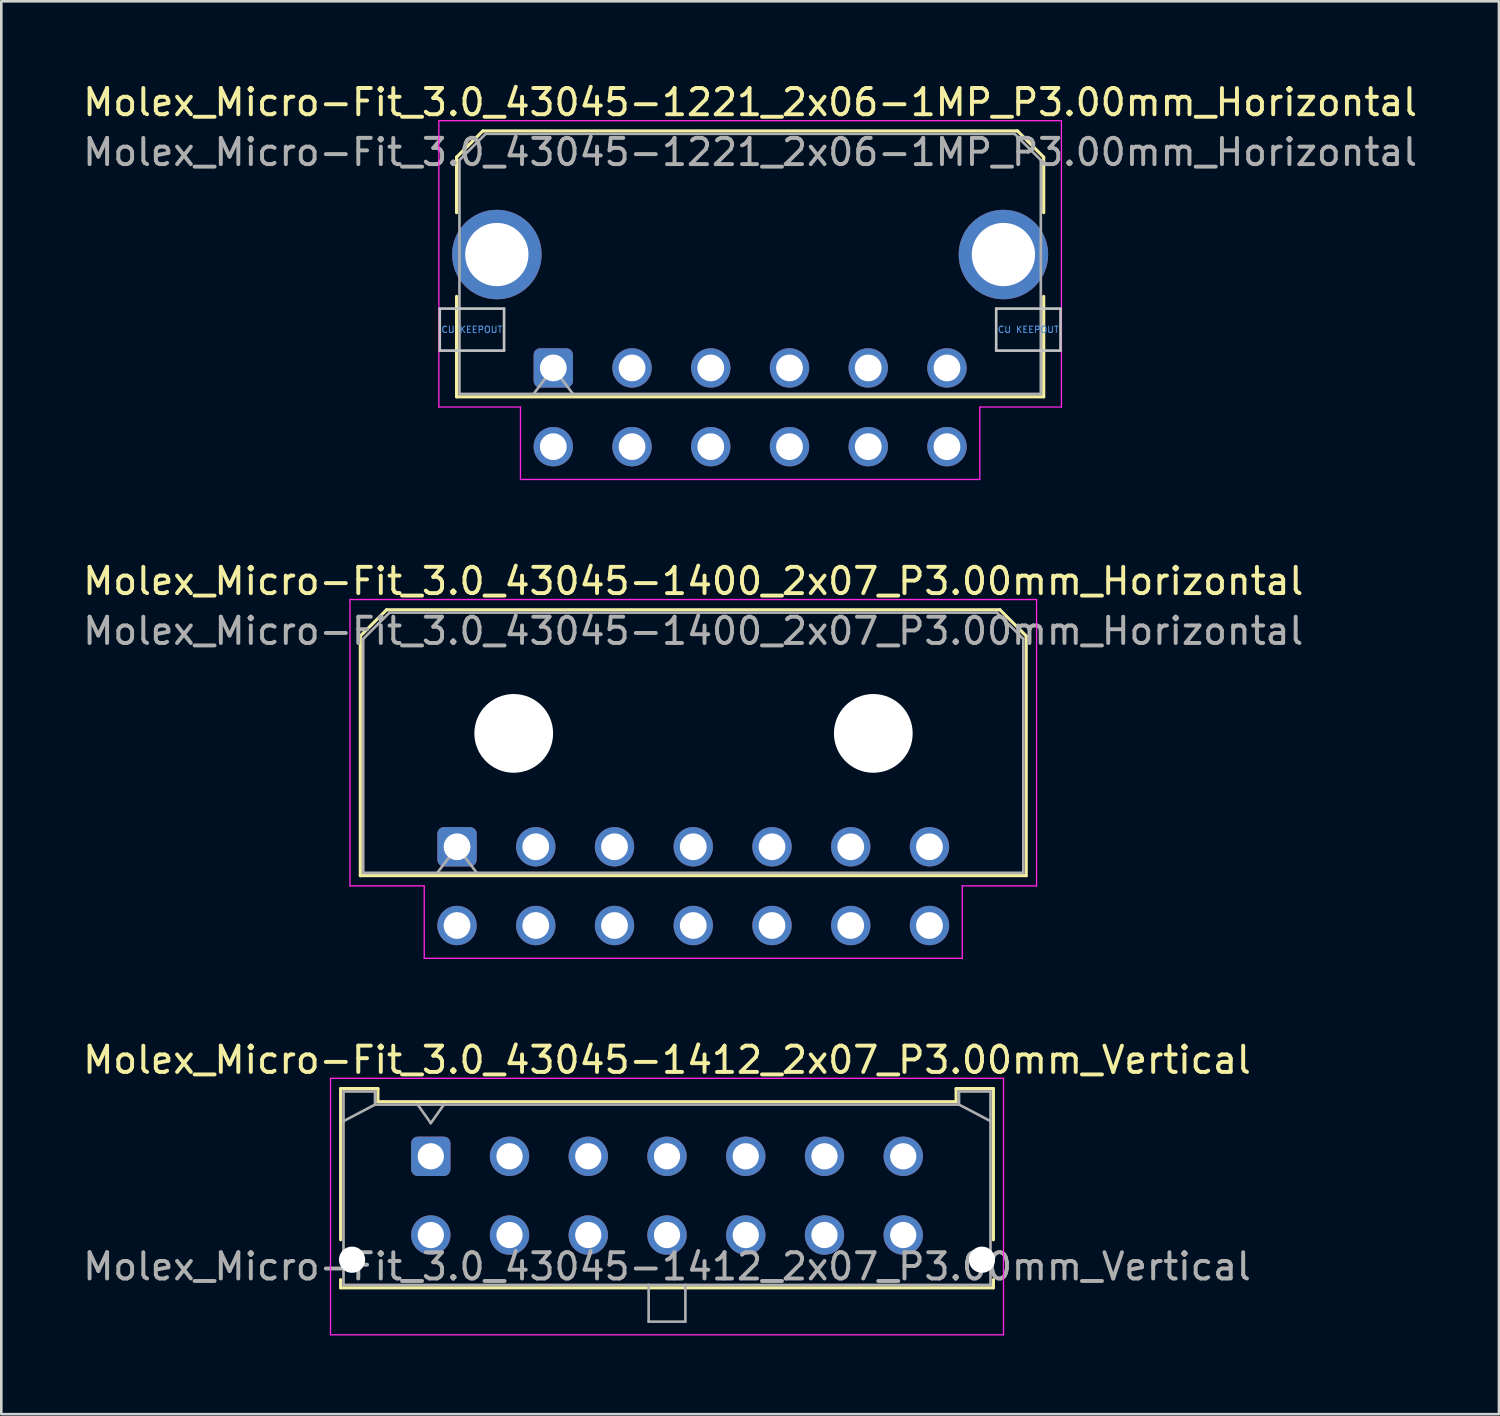
<source format=kicad_pcb>
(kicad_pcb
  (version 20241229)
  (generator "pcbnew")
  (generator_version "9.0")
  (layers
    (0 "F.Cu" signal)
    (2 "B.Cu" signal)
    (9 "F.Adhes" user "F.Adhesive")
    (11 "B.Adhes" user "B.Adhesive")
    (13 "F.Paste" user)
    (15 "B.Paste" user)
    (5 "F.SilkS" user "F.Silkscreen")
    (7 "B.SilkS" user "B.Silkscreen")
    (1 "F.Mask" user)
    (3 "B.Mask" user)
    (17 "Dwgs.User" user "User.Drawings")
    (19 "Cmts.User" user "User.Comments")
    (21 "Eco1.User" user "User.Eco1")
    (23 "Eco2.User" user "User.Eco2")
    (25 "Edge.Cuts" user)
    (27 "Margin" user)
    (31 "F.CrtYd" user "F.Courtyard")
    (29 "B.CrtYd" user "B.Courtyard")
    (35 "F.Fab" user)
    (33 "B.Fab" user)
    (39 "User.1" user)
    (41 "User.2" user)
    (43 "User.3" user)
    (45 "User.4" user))
  (footprint "Molex_Micro-Fit_3.0_43045-1412_2x07_P3.00mm_Vertical"
    (layer "F.Cu")
    (at 13.363 41.005)
    (property "Reference" "Molex_Micro-Fit_3.0_43045-1412_2x07_P3.00mm_Vertical" (at 9 -3.67 0) (layer "F.SilkS") (effects (font (size 1 1) (thickness 0.15))))
    (attr through_hole)
    (fp_line (start -3.435 -2.58) (end -2.015 -2.58) (stroke (width 0.12) (type solid)) (layer "F.SilkS"))
    (fp_line (start -3.435 3.18) (end -3.435 -2.58) (stroke (width 0.12) (type solid)) (layer "F.SilkS"))
    (fp_line (start -3.435 4.7) (end -3.435 5.01) (stroke (width 0.12) (type solid)) (layer "F.SilkS"))
    (fp_line (start -3.435 5.01) (end 21.435 5.01) (stroke (width 0.12) (type solid)) (layer "F.SilkS"))
    (fp_line (start -2.015 -2.58) (end -2.015 -2.08) (stroke (width 0.12) (type solid)) (layer "F.SilkS"))
    (fp_line (start -2.015 -2.08) (end 20.015 -2.08) (stroke (width 0.12) (type solid)) (layer "F.SilkS"))
    (fp_line (start 20.015 -2.58) (end 21.435 -2.58) (stroke (width 0.12) (type solid)) (layer "F.SilkS"))
    (fp_line (start 20.015 -2.08) (end 20.015 -2.58) (stroke (width 0.12) (type solid)) (layer "F.SilkS"))
    (fp_line (start 21.435 -2.58) (end 21.435 3.18) (stroke (width 0.12) (type solid)) (layer "F.SilkS"))
    (fp_line (start 21.435 5.01) (end 21.435 4.7) (stroke (width 0.12) (type solid)) (layer "F.SilkS"))
    (fp_line (start -3.82 -2.97) (end 21.82 -2.97) (stroke (width 0.05) (type solid)) (layer "F.CrtYd"))
    (fp_line (start -3.82 6.8) (end -3.82 -2.97) (stroke (width 0.05) (type solid)) (layer "F.CrtYd"))
    (fp_line (start 21.82 -2.97) (end 21.82 6.8) (stroke (width 0.05) (type solid)) (layer "F.CrtYd"))
    (fp_line (start 21.82 6.8) (end -3.82 6.8) (stroke (width 0.05) (type solid)) (layer "F.CrtYd"))
    (fp_line (start -3.325 -2.47) (end -3.325 4.9) (stroke (width 0.1) (type solid)) (layer "F.Fab"))
    (fp_line (start -3.325 -1.34) (end -2.125 -1.97) (stroke (width 0.1) (type solid)) (layer "F.Fab"))
    (fp_line (start -3.325 4.9) (end 21.325 4.9) (stroke (width 0.1) (type solid)) (layer "F.Fab"))
    (fp_line (start -2.125 -2.47) (end -3.325 -2.47) (stroke (width 0.1) (type solid)) (layer "F.Fab"))
    (fp_line (start -2.125 -1.97) (end -2.125 -2.47) (stroke (width 0.1) (type solid)) (layer "F.Fab"))
    (fp_line (start -0.5 -1.97) (end 0 -1.263) (stroke (width 0.1) (type solid)) (layer "F.Fab"))
    (fp_line (start 0 -1.263) (end 0.5 -1.97) (stroke (width 0.1) (type solid)) (layer "F.Fab"))
    (fp_line (start 8.3 4.9) (end 8.3 6.3) (stroke (width 0.1) (type solid)) (layer "F.Fab"))
    (fp_line (start 8.3 6.3) (end 9.7 6.3) (stroke (width 0.1) (type solid)) (layer "F.Fab"))
    (fp_line (start 9.7 6.3) (end 9.7 4.9) (stroke (width 0.1) (type solid)) (layer "F.Fab"))
    (fp_line (start 20.125 -2.47) (end 20.125 -1.97) (stroke (width 0.1) (type solid)) (layer "F.Fab"))
    (fp_line (start 20.125 -1.97) (end -2.125 -1.97) (stroke (width 0.1) (type solid)) (layer "F.Fab"))
    (fp_line (start 21.325 -2.47) (end 20.125 -2.47) (stroke (width 0.1) (type solid)) (layer "F.Fab"))
    (fp_line (start 21.325 -1.34) (end 20.125 -1.97) (stroke (width 0.1) (type solid)) (layer "F.Fab"))
    (fp_line (start 21.325 4.9) (end 21.325 -2.47) (stroke (width 0.1) (type solid)) (layer "F.Fab"))
    (fp_text user "${REFERENCE}" (at 9 4.2 0) (layer "F.Fab") (effects (font (size 1 1) (thickness 0.15))))
    (pad "" np_thru_hole circle (at -3 3.94) (size 1 1) (drill 1) (layers "*.Cu" "*.Mask"))
    (pad "" np_thru_hole circle (at 21 3.94) (size 1 1) (drill 1) (layers "*.Cu" "*.Mask"))
    (pad "1" thru_hole roundrect (at 0 0) (size 1.5 1.5) (drill 1) (layers "*.Cu" "*.Mask") (roundrect_rratio 0.167))
    (pad "2" thru_hole circle (at 3 0) (size 1.5 1.5) (drill 1) (layers "*.Cu" "*.Mask"))
    (pad "3" thru_hole circle (at 6 0) (size 1.5 1.5) (drill 1) (layers "*.Cu" "*.Mask"))
    (pad "4" thru_hole circle (at 9 0) (size 1.5 1.5) (drill 1) (layers "*.Cu" "*.Mask"))
    (pad "5" thru_hole circle (at 12 0) (size 1.5 1.5) (drill 1) (layers "*.Cu" "*.Mask"))
    (pad "6" thru_hole circle (at 15 0) (size 1.5 1.5) (drill 1) (layers "*.Cu" "*.Mask"))
    (pad "7" thru_hole circle (at 18 0) (size 1.5 1.5) (drill 1) (layers "*.Cu" "*.Mask"))
    (pad "8" thru_hole circle (at 0 3) (size 1.5 1.5) (drill 1) (layers "*.Cu" "*.Mask"))
    (pad "9" thru_hole circle (at 3 3) (size 1.5 1.5) (drill 1) (layers "*.Cu" "*.Mask"))
    (pad "10" thru_hole circle (at 6 3) (size 1.5 1.5) (drill 1) (layers "*.Cu" "*.Mask"))
    (pad "11" thru_hole circle (at 9 3) (size 1.5 1.5) (drill 1) (layers "*.Cu" "*.Mask"))
    (pad "12" thru_hole circle (at 12 3) (size 1.5 1.5) (drill 1) (layers "*.Cu" "*.Mask"))
    (pad "13" thru_hole circle (at 15 3) (size 1.5 1.5) (drill 1) (layers "*.Cu" "*.Mask"))
    (pad "14" thru_hole circle (at 18 3) (size 1.5 1.5) (drill 1) (layers "*.Cu" "*.Mask")))
  (footprint "Molex_Micro-Fit_3.0_43045-1221_2x06-1MP_P3.00mm_Horizontal"
    (layer "F.Cu")
    (at 18.03 10.968)
    (property "Reference" "Molex_Micro-Fit_3.0_43045-1221_2x06-1MP_P3.00mm_Horizontal" (at 7.5 -10.12 0) (layer "F.SilkS") (effects (font (size 1 1) (thickness 0.15))))
    (attr through_hole)
    (fp_line (start -3.685 -8.03) (end -2.685 -9.03) (stroke (width 0.12) (type solid)) (layer "F.SilkS"))
    (fp_line (start -3.685 -5.915) (end -3.685 -8.03) (stroke (width 0.12) (type solid)) (layer "F.SilkS"))
    (fp_line (start -3.685 -2.725) (end -3.685 1.1) (stroke (width 0.12) (type solid)) (layer "F.SilkS"))
    (fp_line (start -3.685 1.1) (end 18.685 1.1) (stroke (width 0.12) (type solid)) (layer "F.SilkS"))
    (fp_line (start -2.685 -9.03) (end 17.685 -9.03) (stroke (width 0.12) (type solid)) (layer "F.SilkS"))
    (fp_line (start 17.685 -9.03) (end 18.685 -8.03) (stroke (width 0.12) (type solid)) (layer "F.SilkS"))
    (fp_line (start 18.685 -8.03) (end 18.685 -5.915) (stroke (width 0.12) (type solid)) (layer "F.SilkS"))
    (fp_line (start 18.685 1.1) (end 18.685 -2.725) (stroke (width 0.12) (type solid)) (layer "F.SilkS"))
    (fp_line (start -4.325 -2.26) (end -4.325 -0.66) (stroke (width 0.1) (type solid)) (layer "Dwgs.User"))
    (fp_line (start -4.325 -0.66) (end -1.875 -0.66) (stroke (width 0.1) (type solid)) (layer "Dwgs.User"))
    (fp_line (start -1.875 -2.26) (end -4.325 -2.26) (stroke (width 0.1) (type solid)) (layer "Dwgs.User"))
    (fp_line (start -1.875 -0.66) (end -1.875 -2.26) (stroke (width 0.1) (type solid)) (layer "Dwgs.User"))
    (fp_line (start 16.875 -2.26) (end 16.875 -0.66) (stroke (width 0.1) (type solid)) (layer "Dwgs.User"))
    (fp_line (start 16.875 -0.66) (end 19.325 -0.66) (stroke (width 0.1) (type solid)) (layer "Dwgs.User"))
    (fp_line (start 19.325 -2.26) (end 16.875 -2.26) (stroke (width 0.1) (type solid)) (layer "Dwgs.User"))
    (fp_line (start 19.325 -0.66) (end 19.325 -2.26) (stroke (width 0.1) (type solid)) (layer "Dwgs.User"))
    (fp_line (start -4.36 -9.42) (end 19.36 -9.42) (stroke (width 0.05) (type solid)) (layer "F.CrtYd"))
    (fp_line (start -4.36 1.49) (end -4.36 -9.42) (stroke (width 0.05) (type solid)) (layer "F.CrtYd"))
    (fp_line (start -1.25 1.49) (end -4.36 1.49) (stroke (width 0.05) (type solid)) (layer "F.CrtYd"))
    (fp_line (start -1.25 4.25) (end -1.25 1.49) (stroke (width 0.05) (type solid)) (layer "F.CrtYd"))
    (fp_line (start 16.25 1.49) (end 16.25 4.25) (stroke (width 0.05) (type solid)) (layer "F.CrtYd"))
    (fp_line (start 16.25 4.25) (end -1.25 4.25) (stroke (width 0.05) (type solid)) (layer "F.CrtYd"))
    (fp_line (start 19.36 -9.42) (end 19.36 1.49) (stroke (width 0.05) (type solid)) (layer "F.CrtYd"))
    (fp_line (start 19.36 1.49) (end 16.25 1.49) (stroke (width 0.05) (type solid)) (layer "F.CrtYd"))
    (fp_line (start -3.575 -7.92) (end -2.575 -8.92) (stroke (width 0.1) (type solid)) (layer "F.Fab"))
    (fp_line (start -3.575 0.99) (end -3.575 -7.92) (stroke (width 0.1) (type solid)) (layer "F.Fab"))
    (fp_line (start -2.575 -8.92) (end 17.575 -8.92) (stroke (width 0.1) (type solid)) (layer "F.Fab"))
    (fp_line (start -0.75 0.99) (end 0 0) (stroke (width 0.1) (type solid)) (layer "F.Fab"))
    (fp_line (start 0 0) (end 0.75 0.99) (stroke (width 0.1) (type solid)) (layer "F.Fab"))
    (fp_line (start 17.575 -8.92) (end 18.575 -7.92) (stroke (width 0.1) (type solid)) (layer "F.Fab"))
    (fp_line (start 18.575 -7.92) (end 18.575 0.99) (stroke (width 0.1) (type solid)) (layer "F.Fab"))
    (fp_line (start 18.575 0.99) (end -3.575 0.99) (stroke (width 0.1) (type solid)) (layer "F.Fab"))
    (fp_text user "CU KEEPOUT" (at 18.1 -1.46 0) (layer "Cmts.User") (effects (font (size 0.245 0.245) (thickness 0.037))))
    (fp_text user "CU KEEPOUT" (at -3.1 -1.46 0) (layer "Cmts.User") (effects (font (size 0.245 0.245) (thickness 0.037))))
    (fp_text user "${REFERENCE}" (at 7.5 -8.22 0) (layer "F.Fab") (effects (font (size 1 1) (thickness 0.15))))
    (pad "1" thru_hole roundrect (at 0 0) (size 1.5 1.5) (drill 1.02) (layers "*.Cu" "*.Mask") (roundrect_rratio 0.167))
    (pad "2" thru_hole circle (at 3 0) (size 1.5 1.5) (drill 1.02) (layers "*.Cu" "*.Mask"))
    (pad "3" thru_hole circle (at 6 0) (size 1.5 1.5) (drill 1.02) (layers "*.Cu" "*.Mask"))
    (pad "4" thru_hole circle (at 9 0) (size 1.5 1.5) (drill 1.02) (layers "*.Cu" "*.Mask"))
    (pad "5" thru_hole circle (at 12 0) (size 1.5 1.5) (drill 1.02) (layers "*.Cu" "*.Mask"))
    (pad "6" thru_hole circle (at 15 0) (size 1.5 1.5) (drill 1.02) (layers "*.Cu" "*.Mask"))
    (pad "7" thru_hole circle (at 0 3) (size 1.5 1.5) (drill 1.02) (layers "*.Cu" "*.Mask"))
    (pad "8" thru_hole circle (at 3 3) (size 1.5 1.5) (drill 1.02) (layers "*.Cu" "*.Mask"))
    (pad "9" thru_hole circle (at 6 3) (size 1.5 1.5) (drill 1.02) (layers "*.Cu" "*.Mask"))
    (pad "10" thru_hole circle (at 9 3) (size 1.5 1.5) (drill 1.02) (layers "*.Cu" "*.Mask"))
    (pad "11" thru_hole circle (at 12 3) (size 1.5 1.5) (drill 1.02) (layers "*.Cu" "*.Mask"))
    (pad "12" thru_hole circle (at 15 3) (size 1.5 1.5) (drill 1.02) (layers "*.Cu" "*.Mask"))
    (pad "MP" thru_hole circle (at -2.15 -4.32) (size 3.41 3.41) (drill 2.41) (layers "*.Cu" "*.Mask"))
    (pad "MP" thru_hole circle (at 17.15 -4.32) (size 3.41 3.41) (drill 2.41) (layers "*.Cu" "*.Mask")))
  (footprint "Molex_Micro-Fit_3.0_43045-1400_2x07_P3.00mm_Horizontal"
    (layer "F.Cu")
    (at 14.363 29.212)
    (property "Reference" "Molex_Micro-Fit_3.0_43045-1400_2x07_P3.00mm_Horizontal" (at 9 -10.12 0) (layer "F.SilkS") (effects (font (size 1 1) (thickness 0.15))))
    (attr through_hole)
    (fp_line (start -3.685 -8.03) (end -2.685 -9.03) (stroke (width 0.12) (type solid)) (layer "F.SilkS"))
    (fp_line (start -3.685 1.1) (end -3.685 -8.03) (stroke (width 0.12) (type solid)) (layer "F.SilkS"))
    (fp_line (start -2.685 -9.03) (end 20.685 -9.03) (stroke (width 0.12) (type solid)) (layer "F.SilkS"))
    (fp_line (start 20.685 -9.03) (end 21.685 -8.03) (stroke (width 0.12) (type solid)) (layer "F.SilkS"))
    (fp_line (start 21.685 -8.03) (end 21.685 1.1) (stroke (width 0.12) (type solid)) (layer "F.SilkS"))
    (fp_line (start 21.685 1.1) (end -3.685 1.1) (stroke (width 0.12) (type solid)) (layer "F.SilkS"))
    (fp_line (start -4.08 -9.42) (end 22.08 -9.42) (stroke (width 0.05) (type solid)) (layer "F.CrtYd"))
    (fp_line (start -4.08 1.49) (end -4.08 -9.42) (stroke (width 0.05) (type solid)) (layer "F.CrtYd"))
    (fp_line (start -1.25 1.49) (end -4.08 1.49) (stroke (width 0.05) (type solid)) (layer "F.CrtYd"))
    (fp_line (start -1.25 4.25) (end -1.25 1.49) (stroke (width 0.05) (type solid)) (layer "F.CrtYd"))
    (fp_line (start 19.25 1.49) (end 19.25 4.25) (stroke (width 0.05) (type solid)) (layer "F.CrtYd"))
    (fp_line (start 19.25 4.25) (end -1.25 4.25) (stroke (width 0.05) (type solid)) (layer "F.CrtYd"))
    (fp_line (start 22.08 -9.42) (end 22.08 1.49) (stroke (width 0.05) (type solid)) (layer "F.CrtYd"))
    (fp_line (start 22.08 1.49) (end 19.25 1.49) (stroke (width 0.05) (type solid)) (layer "F.CrtYd"))
    (fp_line (start -3.575 -7.92) (end -2.575 -8.92) (stroke (width 0.1) (type solid)) (layer "F.Fab"))
    (fp_line (start -3.575 0.99) (end -3.575 -7.92) (stroke (width 0.1) (type solid)) (layer "F.Fab"))
    (fp_line (start -2.575 -8.92) (end 20.575 -8.92) (stroke (width 0.1) (type solid)) (layer "F.Fab"))
    (fp_line (start -0.75 0.99) (end 0 0) (stroke (width 0.1) (type solid)) (layer "F.Fab"))
    (fp_line (start 0 0) (end 0.75 0.99) (stroke (width 0.1) (type solid)) (layer "F.Fab"))
    (fp_line (start 20.575 -8.92) (end 21.575 -7.92) (stroke (width 0.1) (type solid)) (layer "F.Fab"))
    (fp_line (start 21.575 -7.92) (end 21.575 0.99) (stroke (width 0.1) (type solid)) (layer "F.Fab"))
    (fp_line (start 21.575 0.99) (end -3.575 0.99) (stroke (width 0.1) (type solid)) (layer "F.Fab"))
    (fp_text user "${REFERENCE}" (at 9 -8.22 0) (layer "F.Fab") (effects (font (size 1 1) (thickness 0.15))))
    (pad "" np_thru_hole circle (at 2.16 -4.32) (size 3 3) (drill 3) (layers "*.Cu" "*.Mask"))
    (pad "" np_thru_hole circle (at 15.86 -4.32) (size 3 3) (drill 3) (layers "*.Cu" "*.Mask"))
    (pad "1" thru_hole roundrect (at 0 0) (size 1.5 1.5) (drill 1.02) (layers "*.Cu" "*.Mask") (roundrect_rratio 0.167))
    (pad "2" thru_hole circle (at 3 0) (size 1.5 1.5) (drill 1.02) (layers "*.Cu" "*.Mask"))
    (pad "3" thru_hole circle (at 6 0) (size 1.5 1.5) (drill 1.02) (layers "*.Cu" "*.Mask"))
    (pad "4" thru_hole circle (at 9 0) (size 1.5 1.5) (drill 1.02) (layers "*.Cu" "*.Mask"))
    (pad "5" thru_hole circle (at 12 0) (size 1.5 1.5) (drill 1.02) (layers "*.Cu" "*.Mask"))
    (pad "6" thru_hole circle (at 15 0) (size 1.5 1.5) (drill 1.02) (layers "*.Cu" "*.Mask"))
    (pad "7" thru_hole circle (at 18 0) (size 1.5 1.5) (drill 1.02) (layers "*.Cu" "*.Mask"))
    (pad "8" thru_hole circle (at 0 3) (size 1.5 1.5) (drill 1.02) (layers "*.Cu" "*.Mask"))
    (pad "9" thru_hole circle (at 3 3) (size 1.5 1.5) (drill 1.02) (layers "*.Cu" "*.Mask"))
    (pad "10" thru_hole circle (at 6 3) (size 1.5 1.5) (drill 1.02) (layers "*.Cu" "*.Mask"))
    (pad "11" thru_hole circle (at 9 3) (size 1.5 1.5) (drill 1.02) (layers "*.Cu" "*.Mask"))
    (pad "12" thru_hole circle (at 12 3) (size 1.5 1.5) (drill 1.02) (layers "*.Cu" "*.Mask"))
    (pad "13" thru_hole circle (at 15 3) (size 1.5 1.5) (drill 1.02) (layers "*.Cu" "*.Mask"))
    (pad "14" thru_hole circle (at 18 3) (size 1.5 1.5) (drill 1.02) (layers "*.Cu" "*.Mask")))
  (gr_rect
    (start -3 -3)
    (end 54.06 50.83)
    (stroke (width 0.1) (type default))
    (fill no)
    (layer "Edge.Cuts")))
</source>
